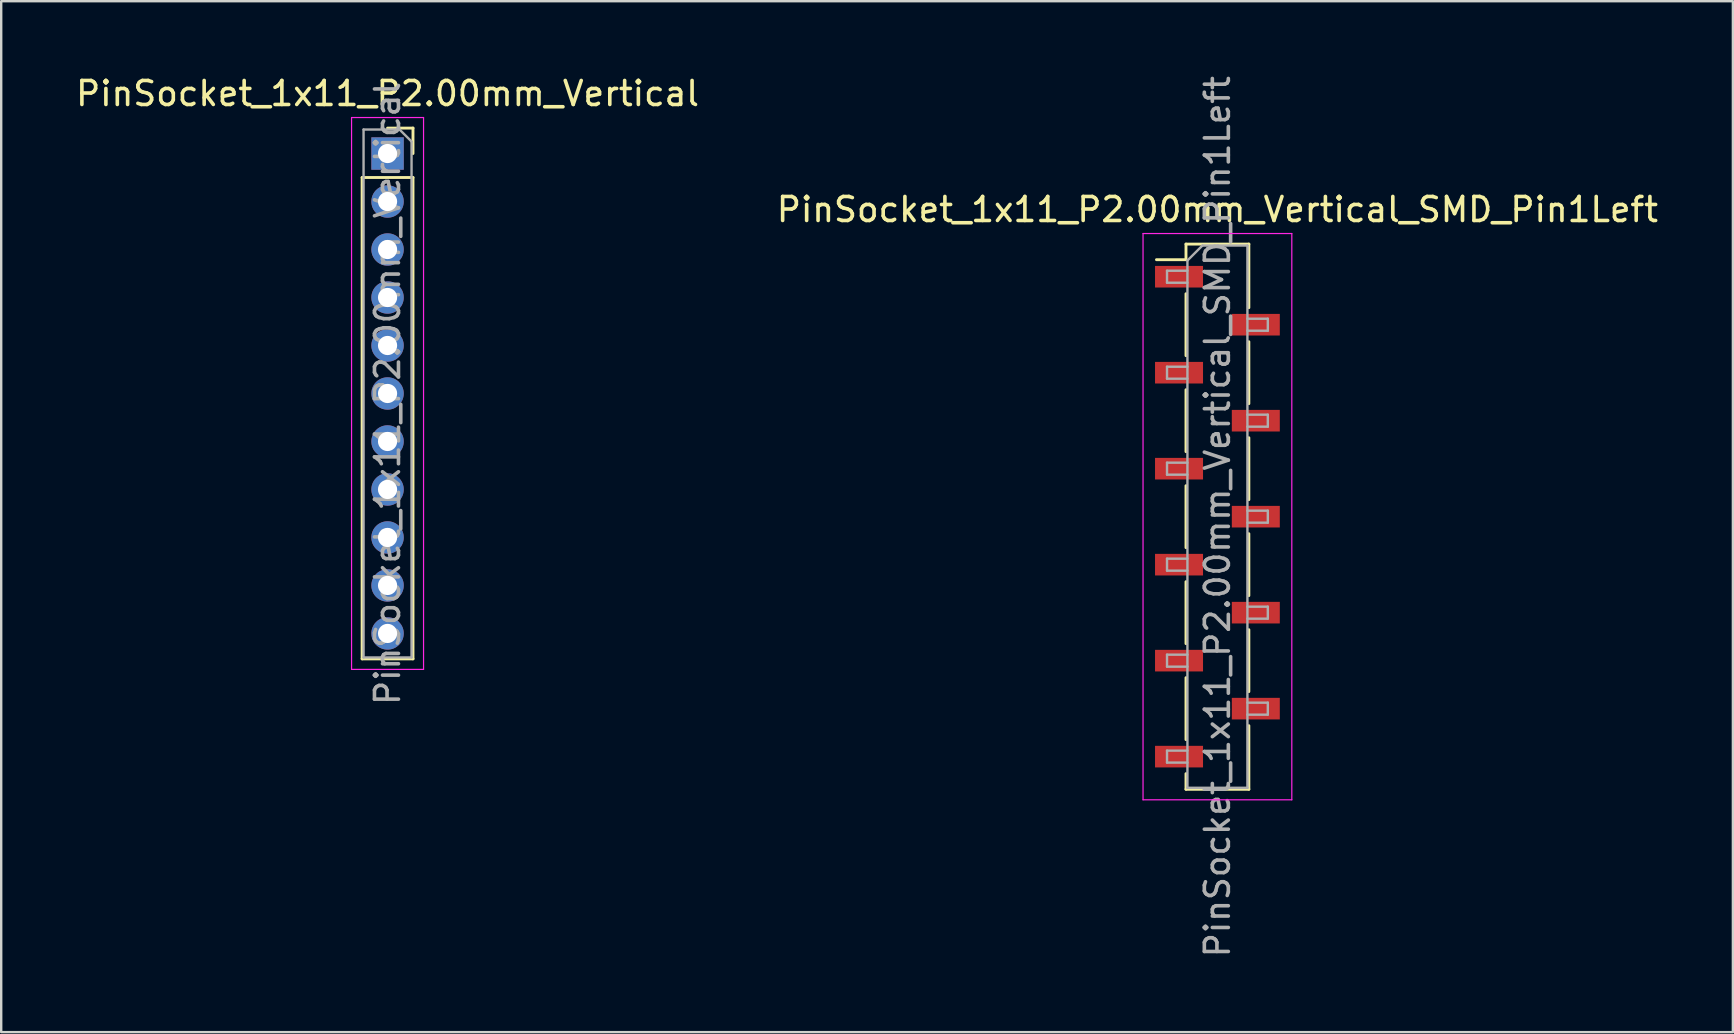
<source format=kicad_pcb>
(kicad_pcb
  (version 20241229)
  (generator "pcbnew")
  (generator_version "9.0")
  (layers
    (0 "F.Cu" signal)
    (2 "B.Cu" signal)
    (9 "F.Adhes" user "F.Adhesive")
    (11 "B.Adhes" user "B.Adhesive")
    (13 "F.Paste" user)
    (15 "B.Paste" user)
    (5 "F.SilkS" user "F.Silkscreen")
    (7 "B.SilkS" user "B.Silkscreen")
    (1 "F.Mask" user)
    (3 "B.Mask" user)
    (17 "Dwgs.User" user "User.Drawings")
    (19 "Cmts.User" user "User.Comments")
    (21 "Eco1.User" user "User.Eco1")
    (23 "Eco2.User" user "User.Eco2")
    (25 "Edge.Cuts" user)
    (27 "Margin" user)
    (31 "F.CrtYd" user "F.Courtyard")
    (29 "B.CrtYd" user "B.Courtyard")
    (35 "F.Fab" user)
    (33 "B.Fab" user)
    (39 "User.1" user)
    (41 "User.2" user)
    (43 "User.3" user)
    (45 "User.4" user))
  (footprint "PinSocket_1x11_P2.00mm_Vertical"
    (layer "F.Cu")
    (at 13.101 3.348)
    (property "Reference" "PinSocket_1x11_P2.00mm_Vertical" (at 0 -2.5 0) (layer "F.SilkS") (effects (font (size 1 1) (thickness 0.15))))
    (attr through_hole)
    (fp_line (start -1.06 1) (end -1.06 21.06) (stroke (width 0.12) (type solid)) (layer "F.SilkS"))
    (fp_line (start -1.06 1) (end 1.06 1) (stroke (width 0.12) (type solid)) (layer "F.SilkS"))
    (fp_line (start -1.06 21.06) (end 1.06 21.06) (stroke (width 0.12) (type solid)) (layer "F.SilkS"))
    (fp_line (start 0 -1.06) (end 1.06 -1.06) (stroke (width 0.12) (type solid)) (layer "F.SilkS"))
    (fp_line (start 1.06 -1.06) (end 1.06 0) (stroke (width 0.12) (type solid)) (layer "F.SilkS"))
    (fp_line (start 1.06 1) (end 1.06 21.06) (stroke (width 0.12) (type solid)) (layer "F.SilkS"))
    (fp_line (start -1.5 -1.5) (end 1.5 -1.5) (stroke (width 0.05) (type solid)) (layer "F.CrtYd"))
    (fp_line (start -1.5 21.5) (end -1.5 -1.5) (stroke (width 0.05) (type solid)) (layer "F.CrtYd"))
    (fp_line (start 1.5 -1.5) (end 1.5 21.5) (stroke (width 0.05) (type solid)) (layer "F.CrtYd"))
    (fp_line (start 1.5 21.5) (end -1.5 21.5) (stroke (width 0.05) (type solid)) (layer "F.CrtYd"))
    (fp_line (start -1 -1) (end 0.5 -1) (stroke (width 0.1) (type solid)) (layer "F.Fab"))
    (fp_line (start -1 21) (end -1 -1) (stroke (width 0.1) (type solid)) (layer "F.Fab"))
    (fp_line (start 0.5 -1) (end 1 -0.5) (stroke (width 0.1) (type solid)) (layer "F.Fab"))
    (fp_line (start 1 -0.5) (end 1 21) (stroke (width 0.1) (type solid)) (layer "F.Fab"))
    (fp_line (start 1 21) (end -1 21) (stroke (width 0.1) (type solid)) (layer "F.Fab"))
    (fp_text user "${REFERENCE}" (at 0 10 90) (layer "F.Fab") (effects (font (size 1 1) (thickness 0.15))))
    (pad "1" thru_hole rect (at 0 0) (size 1.35 1.35) (drill 0.8) (layers "*.Cu" "*.Mask"))
    (pad "2" thru_hole oval (at 0 2) (size 1.35 1.35) (drill 0.8) (layers "*.Cu" "*.Mask"))
    (pad "3" thru_hole oval (at 0 4) (size 1.35 1.35) (drill 0.8) (layers "*.Cu" "*.Mask"))
    (pad "4" thru_hole oval (at 0 6) (size 1.35 1.35) (drill 0.8) (layers "*.Cu" "*.Mask"))
    (pad "5" thru_hole oval (at 0 8) (size 1.35 1.35) (drill 0.8) (layers "*.Cu" "*.Mask"))
    (pad "6" thru_hole oval (at 0 10) (size 1.35 1.35) (drill 0.8) (layers "*.Cu" "*.Mask"))
    (pad "7" thru_hole oval (at 0 12) (size 1.35 1.35) (drill 0.8) (layers "*.Cu" "*.Mask"))
    (pad "8" thru_hole oval (at 0 14) (size 1.35 1.35) (drill 0.8) (layers "*.Cu" "*.Mask"))
    (pad "9" thru_hole oval (at 0 16) (size 1.35 1.35) (drill 0.8) (layers "*.Cu" "*.Mask"))
    (pad "10" thru_hole oval (at 0 18) (size 1.35 1.35) (drill 0.8) (layers "*.Cu" "*.Mask"))
    (pad "11" thru_hole oval (at 0 20) (size 1.35 1.35) (drill 0.8) (layers "*.Cu" "*.Mask")))
  (footprint "PinSocket_1x11_P2.00mm_Vertical_SMD_Pin1Left"
    (layer "F.Cu")
    (at 47.685 18.482)
    (property "Reference" "PinSocket_1x11_P2.00mm_Vertical_SMD_Pin1Left" (at 0 -12.8 0) (layer "F.SilkS") (effects (font (size 1 1) (thickness 0.15))))
    (attr smd)
    (fp_line (start -2.54 -10.71) (end -1.31 -10.71) (stroke (width 0.12) (type solid)) (layer "F.SilkS"))
    (fp_line (start -1.31 -11.36) (end -1.31 -10.71) (stroke (width 0.12) (type solid)) (layer "F.SilkS"))
    (fp_line (start -1.31 -11.36) (end 1.31 -11.36) (stroke (width 0.12) (type solid)) (layer "F.SilkS"))
    (fp_line (start -1.31 -9.29) (end -1.31 -6.71) (stroke (width 0.12) (type solid)) (layer "F.SilkS"))
    (fp_line (start -1.31 -5.29) (end -1.31 -2.71) (stroke (width 0.12) (type solid)) (layer "F.SilkS"))
    (fp_line (start -1.31 -1.29) (end -1.31 1.29) (stroke (width 0.12) (type solid)) (layer "F.SilkS"))
    (fp_line (start -1.31 2.71) (end -1.31 5.29) (stroke (width 0.12) (type solid)) (layer "F.SilkS"))
    (fp_line (start -1.31 6.71) (end -1.31 9.29) (stroke (width 0.12) (type solid)) (layer "F.SilkS"))
    (fp_line (start -1.31 10.71) (end -1.31 11.36) (stroke (width 0.12) (type solid)) (layer "F.SilkS"))
    (fp_line (start -1.31 11.36) (end 1.31 11.36) (stroke (width 0.12) (type solid)) (layer "F.SilkS"))
    (fp_line (start 1.31 -11.36) (end 1.31 -8.71) (stroke (width 0.12) (type solid)) (layer "F.SilkS"))
    (fp_line (start 1.31 -7.29) (end 1.31 -4.71) (stroke (width 0.12) (type solid)) (layer "F.SilkS"))
    (fp_line (start 1.31 -3.29) (end 1.31 -0.71) (stroke (width 0.12) (type solid)) (layer "F.SilkS"))
    (fp_line (start 1.31 0.71) (end 1.31 3.29) (stroke (width 0.12) (type solid)) (layer "F.SilkS"))
    (fp_line (start 1.31 4.71) (end 1.31 7.29) (stroke (width 0.12) (type solid)) (layer "F.SilkS"))
    (fp_line (start 1.31 8.71) (end 1.31 11.36) (stroke (width 0.12) (type solid)) (layer "F.SilkS"))
    (fp_line (start -3.1 -11.8) (end 3.1 -11.8) (stroke (width 0.05) (type solid)) (layer "F.CrtYd"))
    (fp_line (start -3.1 11.8) (end -3.1 -11.8) (stroke (width 0.05) (type solid)) (layer "F.CrtYd"))
    (fp_line (start 3.1 -11.8) (end 3.1 11.8) (stroke (width 0.05) (type solid)) (layer "F.CrtYd"))
    (fp_line (start 3.1 11.8) (end -3.1 11.8) (stroke (width 0.05) (type solid)) (layer "F.CrtYd"))
    (fp_line (start -2.1 -10.25) (end -1.25 -10.25) (stroke (width 0.1) (type solid)) (layer "F.Fab"))
    (fp_line (start -2.1 -9.75) (end -2.1 -10.25) (stroke (width 0.1) (type solid)) (layer "F.Fab"))
    (fp_line (start -2.1 -6.25) (end -1.25 -6.25) (stroke (width 0.1) (type solid)) (layer "F.Fab"))
    (fp_line (start -2.1 -5.75) (end -2.1 -6.25) (stroke (width 0.1) (type solid)) (layer "F.Fab"))
    (fp_line (start -2.1 -2.25) (end -1.25 -2.25) (stroke (width 0.1) (type solid)) (layer "F.Fab"))
    (fp_line (start -2.1 -1.75) (end -2.1 -2.25) (stroke (width 0.1) (type solid)) (layer "F.Fab"))
    (fp_line (start -2.1 1.75) (end -1.25 1.75) (stroke (width 0.1) (type solid)) (layer "F.Fab"))
    (fp_line (start -2.1 2.25) (end -2.1 1.75) (stroke (width 0.1) (type solid)) (layer "F.Fab"))
    (fp_line (start -2.1 5.75) (end -1.25 5.75) (stroke (width 0.1) (type solid)) (layer "F.Fab"))
    (fp_line (start -2.1 6.25) (end -2.1 5.75) (stroke (width 0.1) (type solid)) (layer "F.Fab"))
    (fp_line (start -2.1 9.75) (end -1.25 9.75) (stroke (width 0.1) (type solid)) (layer "F.Fab"))
    (fp_line (start -2.1 10.25) (end -2.1 9.75) (stroke (width 0.1) (type solid)) (layer "F.Fab"))
    (fp_line (start -1.25 -10.675) (end -0.625 -11.3) (stroke (width 0.1) (type solid)) (layer "F.Fab"))
    (fp_line (start -1.25 -9.75) (end -2.1 -9.75) (stroke (width 0.1) (type solid)) (layer "F.Fab"))
    (fp_line (start -1.25 -5.75) (end -2.1 -5.75) (stroke (width 0.1) (type solid)) (layer "F.Fab"))
    (fp_line (start -1.25 -1.75) (end -2.1 -1.75) (stroke (width 0.1) (type solid)) (layer "F.Fab"))
    (fp_line (start -1.25 2.25) (end -2.1 2.25) (stroke (width 0.1) (type solid)) (layer "F.Fab"))
    (fp_line (start -1.25 6.25) (end -2.1 6.25) (stroke (width 0.1) (type solid)) (layer "F.Fab"))
    (fp_line (start -1.25 10.25) (end -2.1 10.25) (stroke (width 0.1) (type solid)) (layer "F.Fab"))
    (fp_line (start -1.25 11.3) (end -1.25 -10.675) (stroke (width 0.1) (type solid)) (layer "F.Fab"))
    (fp_line (start -0.625 -11.3) (end 1.25 -11.3) (stroke (width 0.1) (type solid)) (layer "F.Fab"))
    (fp_line (start 1.25 -11.3) (end 1.25 11.3) (stroke (width 0.1) (type solid)) (layer "F.Fab"))
    (fp_line (start 1.25 -8.25) (end 2.1 -8.25) (stroke (width 0.1) (type solid)) (layer "F.Fab"))
    (fp_line (start 1.25 -4.25) (end 2.1 -4.25) (stroke (width 0.1) (type solid)) (layer "F.Fab"))
    (fp_line (start 1.25 -0.25) (end 2.1 -0.25) (stroke (width 0.1) (type solid)) (layer "F.Fab"))
    (fp_line (start 1.25 3.75) (end 2.1 3.75) (stroke (width 0.1) (type solid)) (layer "F.Fab"))
    (fp_line (start 1.25 7.75) (end 2.1 7.75) (stroke (width 0.1) (type solid)) (layer "F.Fab"))
    (fp_line (start 1.25 11.3) (end -1.25 11.3) (stroke (width 0.1) (type solid)) (layer "F.Fab"))
    (fp_line (start 2.1 -8.25) (end 2.1 -7.75) (stroke (width 0.1) (type solid)) (layer "F.Fab"))
    (fp_line (start 2.1 -7.75) (end 1.25 -7.75) (stroke (width 0.1) (type solid)) (layer "F.Fab"))
    (fp_line (start 2.1 -4.25) (end 2.1 -3.75) (stroke (width 0.1) (type solid)) (layer "F.Fab"))
    (fp_line (start 2.1 -3.75) (end 1.25 -3.75) (stroke (width 0.1) (type solid)) (layer "F.Fab"))
    (fp_line (start 2.1 -0.25) (end 2.1 0.25) (stroke (width 0.1) (type solid)) (layer "F.Fab"))
    (fp_line (start 2.1 0.25) (end 1.25 0.25) (stroke (width 0.1) (type solid)) (layer "F.Fab"))
    (fp_line (start 2.1 3.75) (end 2.1 4.25) (stroke (width 0.1) (type solid)) (layer "F.Fab"))
    (fp_line (start 2.1 4.25) (end 1.25 4.25) (stroke (width 0.1) (type solid)) (layer "F.Fab"))
    (fp_line (start 2.1 7.75) (end 2.1 8.25) (stroke (width 0.1) (type solid)) (layer "F.Fab"))
    (fp_line (start 2.1 8.25) (end 1.25 8.25) (stroke (width 0.1) (type solid)) (layer "F.Fab"))
    (fp_text user "${REFERENCE}" (at 0 0 90) (layer "F.Fab") (effects (font (size 1 1) (thickness 0.15))))
    (pad "1" smd rect (at -1.6 -10) (size 2 0.9) (layers "F.Cu" "F.Mask" "F.Paste"))
    (pad "2" smd rect (at 1.6 -8) (size 2 0.9) (layers "F.Cu" "F.Mask" "F.Paste"))
    (pad "3" smd rect (at -1.6 -6) (size 2 0.9) (layers "F.Cu" "F.Mask" "F.Paste"))
    (pad "4" smd rect (at 1.6 -4) (size 2 0.9) (layers "F.Cu" "F.Mask" "F.Paste"))
    (pad "5" smd rect (at -1.6 -2) (size 2 0.9) (layers "F.Cu" "F.Mask" "F.Paste"))
    (pad "6" smd rect (at 1.6 0) (size 2 0.9) (layers "F.Cu" "F.Mask" "F.Paste"))
    (pad "7" smd rect (at -1.6 2) (size 2 0.9) (layers "F.Cu" "F.Mask" "F.Paste"))
    (pad "8" smd rect (at 1.6 4) (size 2 0.9) (layers "F.Cu" "F.Mask" "F.Paste"))
    (pad "9" smd rect (at -1.6 6) (size 2 0.9) (layers "F.Cu" "F.Mask" "F.Paste"))
    (pad "10" smd rect (at 1.6 8) (size 2 0.9) (layers "F.Cu" "F.Mask" "F.Paste"))
    (pad "11" smd rect (at -1.6 10) (size 2 0.9) (layers "F.Cu" "F.Mask" "F.Paste")))
  (gr_rect
    (start -3 -3)
    (end 69.167 39.964)
    (stroke (width 0.1) (type default))
    (fill no)
    (layer "Edge.Cuts")))
</source>
